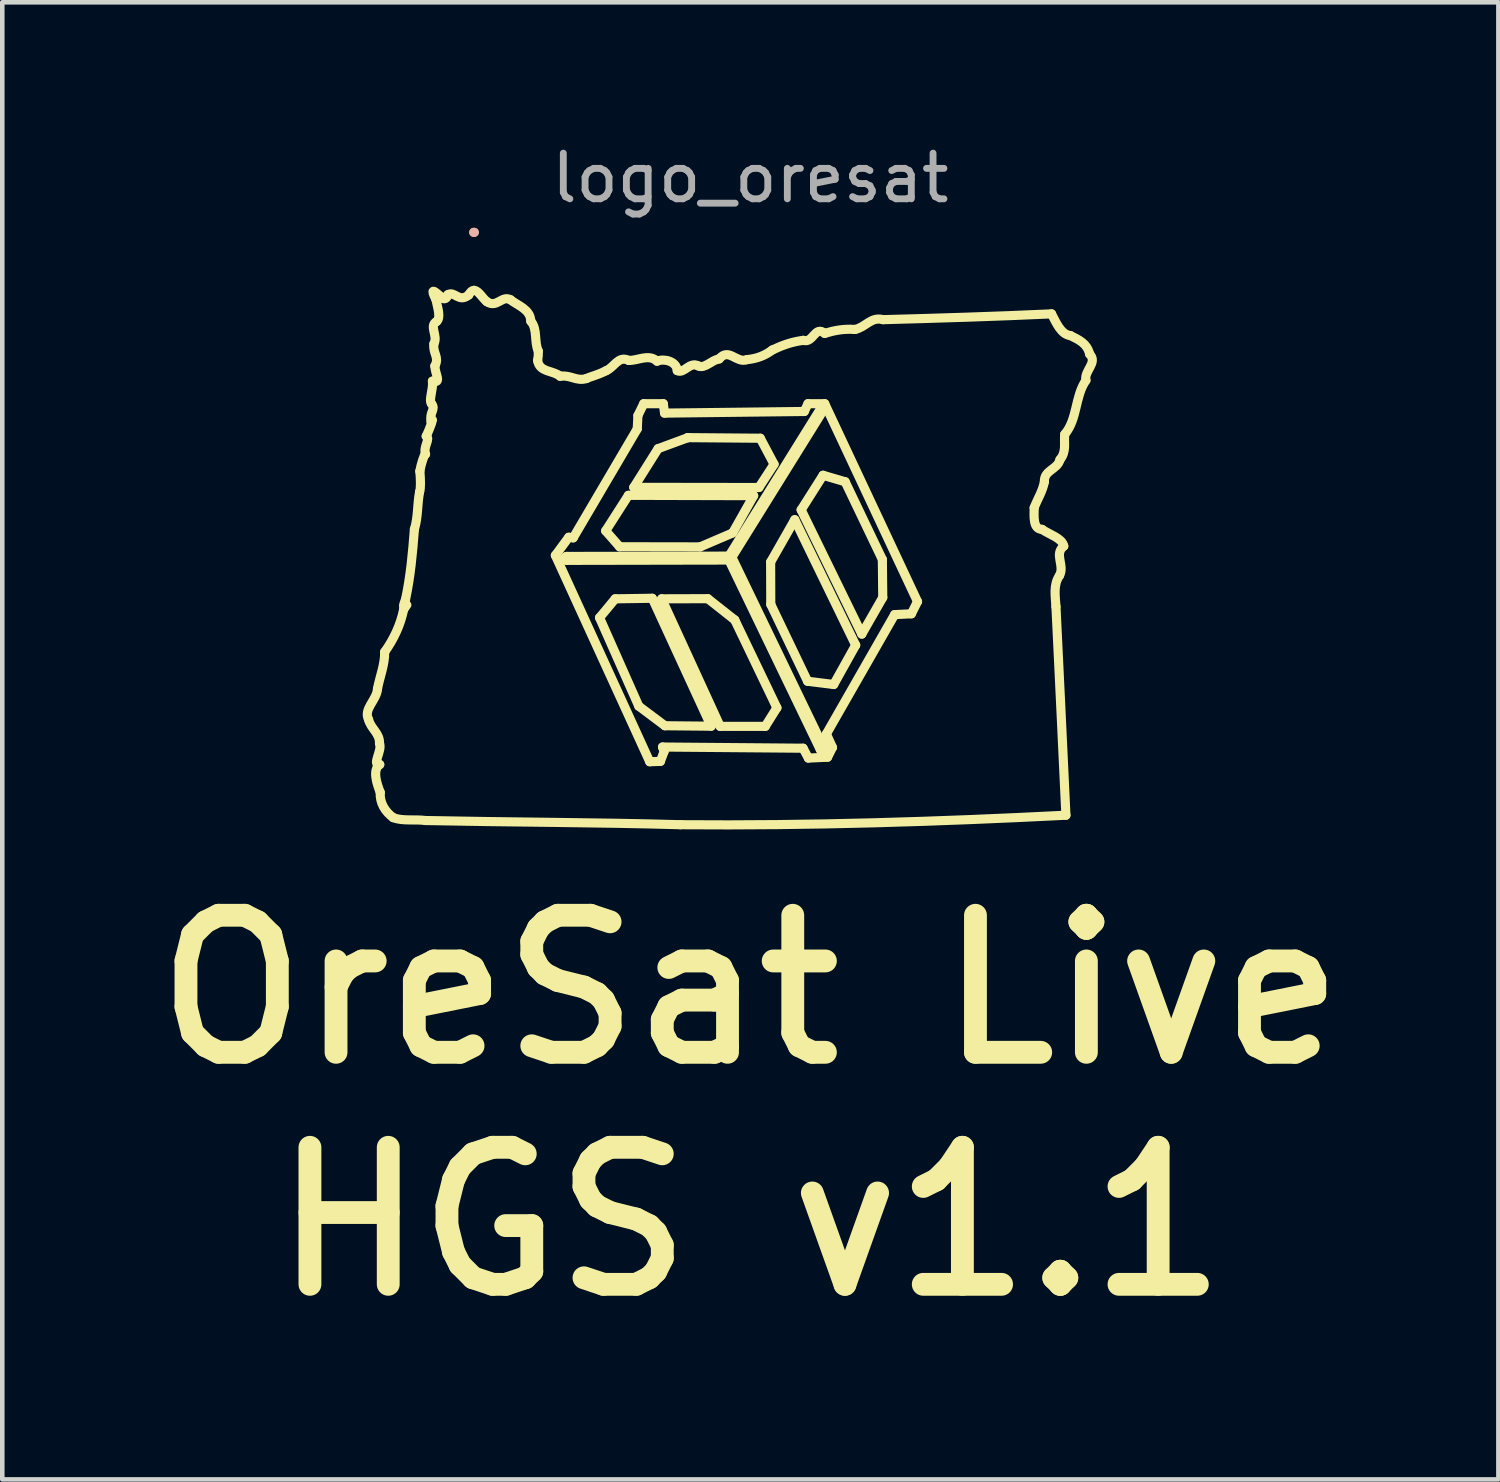
<source format=kicad_pcb>
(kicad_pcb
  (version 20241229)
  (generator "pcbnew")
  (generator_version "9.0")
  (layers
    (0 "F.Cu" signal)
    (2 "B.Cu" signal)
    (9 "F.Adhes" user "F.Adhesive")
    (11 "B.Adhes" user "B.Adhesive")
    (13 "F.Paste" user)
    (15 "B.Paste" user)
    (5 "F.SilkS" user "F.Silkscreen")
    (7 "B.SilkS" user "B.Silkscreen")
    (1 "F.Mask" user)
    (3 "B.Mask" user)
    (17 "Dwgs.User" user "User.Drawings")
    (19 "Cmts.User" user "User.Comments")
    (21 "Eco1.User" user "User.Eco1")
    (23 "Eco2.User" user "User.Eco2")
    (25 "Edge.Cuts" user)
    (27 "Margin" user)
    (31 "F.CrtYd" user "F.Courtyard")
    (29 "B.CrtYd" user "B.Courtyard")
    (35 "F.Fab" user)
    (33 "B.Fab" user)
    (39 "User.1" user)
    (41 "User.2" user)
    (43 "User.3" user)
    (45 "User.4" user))
  (footprint "logo_oresat"
    (layer "F.Cu")
    (at 13.379 3.388)
    (property "Reference" "logo_oresat" (at 0 -2.54 0) (layer "F.Fab") (effects (font (size 1 1) (thickness 0.15))))
    (attr through_hole)
    (fp_line (start -4.269 5.722) (end -3.976 5.325) (stroke (width 0.2) (type solid)) (layer "F.SilkS"))
    (fp_line (start -3.976 5.325) (end -3.879 5.338) (stroke (width 0.2) (type solid)) (layer "F.SilkS"))
    (fp_line (start -3.879 5.338) (end -2.476 2.952) (stroke (width 0.2) (type solid)) (layer "F.SilkS"))
    (fp_line (start -3.302 7.086) (end -2.443 9.023) (stroke (width 0.2) (type solid)) (layer "F.SilkS"))
    (fp_line (start -3.168 5.185) (end -2.863 5.533) (stroke (width 0.2) (type solid)) (layer "F.SilkS"))
    (fp_line (start -2.959 6.673) (end -3.302 7.086) (stroke (width 0.2) (type solid)) (layer "F.SilkS"))
    (fp_line (start -2.863 5.533) (end -1.101 5.536) (stroke (width 0.2) (type solid)) (layer "F.SilkS"))
    (fp_line (start -2.67 4.407) (end -3.168 5.185) (stroke (width 0.2) (type solid)) (layer "F.SilkS"))
    (fp_line (start -2.553 4.232) (end 0.187 4.236) (stroke (width 0.2) (type solid)) (layer "F.SilkS"))
    (fp_line (start -2.476 2.952) (end -2.462 2.66) (stroke (width 0.2) (type solid)) (layer "F.SilkS"))
    (fp_line (start -2.462 2.66) (end -2.335 2.401) (stroke (width 0.2) (type solid)) (layer "F.SilkS"))
    (fp_line (start -2.443 9.023) (end -1.871 9.452) (stroke (width 0.2) (type solid)) (layer "F.SilkS"))
    (fp_line (start -2.335 2.401) (end -1.906 2.401) (stroke (width 0.2) (type solid)) (layer "F.SilkS"))
    (fp_line (start -2.203 10.24) (end -4.269 5.722) (stroke (width 0.2) (type solid)) (layer "F.SilkS"))
    (fp_line (start -2.148 6.661) (end -2.959 6.673) (stroke (width 0.2) (type solid)) (layer "F.SilkS"))
    (fp_line (start -2.02 3.385) (end -2.553 4.232) (stroke (width 0.2) (type solid)) (layer "F.SilkS"))
    (fp_line (start -1.97 10.232) (end -2.203 10.24) (stroke (width 0.2) (type solid)) (layer "F.SilkS"))
    (fp_line (start -1.942 6.673) (end -0.661 9.466) (stroke (width 0.2) (type solid)) (layer "F.SilkS"))
    (fp_line (start -1.923 9.918) (end -1.889 10.016) (stroke (width 0.2) (type solid)) (layer "F.SilkS"))
    (fp_line (start -1.906 2.401) (end -1.879 2.607) (stroke (width 0.2) (type solid)) (layer "F.SilkS"))
    (fp_line (start -1.889 10.016) (end -1.97 10.232) (stroke (width 0.2) (type solid)) (layer "F.SilkS"))
    (fp_line (start -1.879 2.607) (end 1.181 2.571) (stroke (width 0.2) (type solid)) (layer "F.SilkS"))
    (fp_line (start -1.871 9.452) (end -0.859 9.462) (stroke (width 0.2) (type solid)) (layer "F.SilkS"))
    (fp_line (start -1.37 3.144) (end -1.37 3.145) (stroke (width 0.2) (type solid)) (layer "F.SilkS"))
    (fp_line (start -1.37 3.145) (end -2.02 3.385) (stroke (width 0.2) (type solid)) (layer "F.SilkS"))
    (fp_line (start -1.101 5.536) (end -0.389 5.231) (stroke (width 0.2) (type solid)) (layer "F.SilkS"))
    (fp_line (start -0.931 6.67) (end -1.942 6.673) (stroke (width 0.2) (type solid)) (layer "F.SilkS"))
    (fp_line (start -0.859 9.462) (end -2.148 6.661) (stroke (width 0.2) (type solid)) (layer "F.SilkS"))
    (fp_line (start -0.661 9.466) (end 0.326 9.466) (stroke (width 0.2) (type solid)) (layer "F.SilkS"))
    (fp_line (start -0.469 5.824) (end 1.531 9.974) (stroke (width 0.2) (type solid)) (layer "F.SilkS"))
    (fp_line (start -0.389 5.231) (end 0.072 4.415) (stroke (width 0.2) (type solid)) (layer "F.SilkS"))
    (fp_line (start -0.341 7.136) (end -0.931 6.67) (stroke (width 0.2) (type solid)) (layer "F.SilkS"))
    (fp_line (start 0.072 4.415) (end -2.67 4.407) (stroke (width 0.2) (type solid)) (layer "F.SilkS"))
    (fp_line (start 0.187 4.236) (end 0.519 3.726) (stroke (width 0.2) (type solid)) (layer "F.SilkS"))
    (fp_line (start 0.217 3.157) (end -1.37 3.144) (stroke (width 0.2) (type solid)) (layer "F.SilkS"))
    (fp_line (start 0.326 9.466) (end 0.581 9.059) (stroke (width 0.2) (type solid)) (layer "F.SilkS"))
    (fp_line (start 0.444 5.867) (end 0.447 6.795) (stroke (width 0.2) (type solid)) (layer "F.SilkS"))
    (fp_line (start 0.447 6.795) (end 1.253 8.478) (stroke (width 0.2) (type solid)) (layer "F.SilkS"))
    (fp_line (start 0.519 3.726) (end 0.217 3.157) (stroke (width 0.2) (type solid)) (layer "F.SilkS"))
    (fp_line (start 0.581 9.059) (end -0.341 7.136) (stroke (width 0.2) (type solid)) (layer "F.SilkS"))
    (fp_line (start 0.972 4.941) (end 0.444 5.867) (stroke (width 0.2) (type solid)) (layer "F.SilkS"))
    (fp_line (start 1.112 4.725) (end 2.44 7.445) (stroke (width 0.2) (type solid)) (layer "F.SilkS"))
    (fp_line (start 1.154 9.944) (end -1.923 9.918) (stroke (width 0.2) (type solid)) (layer "F.SilkS"))
    (fp_line (start 1.181 2.571) (end 1.261 2.401) (stroke (width 0.2) (type solid)) (layer "F.SilkS"))
    (fp_line (start 1.253 8.478) (end 1.825 8.549) (stroke (width 0.2) (type solid)) (layer "F.SilkS"))
    (fp_line (start 1.261 2.401) (end 1.628 2.401) (stroke (width 0.2) (type solid)) (layer "F.SilkS"))
    (fp_line (start 1.27 10.16) (end 1.154 9.944) (stroke (width 0.2) (type solid)) (layer "F.SilkS"))
    (fp_line (start 1.554 2.484) (end -0.469 5.738) (stroke (width 0.2) (type solid)) (layer "F.SilkS"))
    (fp_line (start 1.578 2.467) (end 1.578 2.467) (stroke (width 0.2) (type solid)) (layer "F.SilkS"))
    (fp_line (start 1.592 3.968) (end 1.112 4.725) (stroke (width 0.2) (type solid)) (layer "F.SilkS"))
    (fp_line (start 1.609 9.937) (end -0.405 5.763) (stroke (width 0.2) (type solid)) (layer "F.SilkS"))
    (fp_line (start 1.628 2.401) (end 3.66 6.733) (stroke (width 0.2) (type solid)) (layer "F.SilkS"))
    (fp_line (start 1.664 9.632) (end 1.798 9.927) (stroke (width 0.2) (type solid)) (layer "F.SilkS"))
    (fp_line (start 1.69 10.141) (end 1.27 10.16) (stroke (width 0.2) (type solid)) (layer "F.SilkS"))
    (fp_line (start 1.798 9.927) (end 1.69 10.141) (stroke (width 0.2) (type solid)) (layer "F.SilkS"))
    (fp_line (start 1.825 8.549) (end 2.306 7.687) (stroke (width 0.2) (type solid)) (layer "F.SilkS"))
    (fp_line (start 2.076 4.11) (end 1.592 3.968) (stroke (width 0.2) (type solid)) (layer "F.SilkS"))
    (fp_line (start 2.306 7.687) (end 0.972 4.941) (stroke (width 0.2) (type solid)) (layer "F.SilkS"))
    (fp_line (start 2.44 7.445) (end 2.899 6.644) (stroke (width 0.2) (type solid)) (layer "F.SilkS"))
    (fp_line (start 2.89 5.811) (end 2.076 4.11) (stroke (width 0.2) (type solid)) (layer "F.SilkS"))
    (fp_line (start 2.899 6.644) (end 2.89 5.811) (stroke (width 0.2) (type solid)) (layer "F.SilkS"))
    (fp_line (start 3.159 7.019) (end 1.664 9.632) (stroke (width 0.2) (type solid)) (layer "F.SilkS"))
    (fp_line (start 3.526 7.001) (end 3.159 7.019) (stroke (width 0.2) (type solid)) (layer "F.SilkS"))
    (fp_line (start 3.66 6.733) (end 3.526 7.001) (stroke (width 0.2) (type solid)) (layer "F.SilkS"))
    (fp_curve (pts (xy -8.359 9.318) (xy -8.31 9.518) (xy -8.108 9.618) (xy -8.12 9.841)) (stroke (width 0.2) (type solid)) (layer "F.SilkS"))
    (fp_curve (pts (xy -8.164 8.643) (xy -8.176 8.889) (xy -8.48 9.083) (xy -8.359 9.318)) (stroke (width 0.2) (type solid)) (layer "F.SilkS"))
    (fp_curve (pts (xy -8.12 9.841) (xy -8.052 9.985) (xy -8.302 10.33) (xy -8.115 10.301)) (stroke (width 0.2) (type solid)) (layer "F.SilkS"))
    (fp_curve (pts (xy -8.115 10.301) (xy -8.285 10.42) (xy -8.171 10.74) (xy -8.104 10.911)) (stroke (width 0.2) (type solid)) (layer "F.SilkS"))
    (fp_curve (pts (xy -8.104 10.911) (xy -8.117 11.142) (xy -8.001 11.329) (xy -7.82 11.464)) (stroke (width 0.2) (type solid)) (layer "F.SilkS"))
    (fp_curve (pts (xy -8.007 7.837) (xy -8 8.106) (xy -8.113 8.374) (xy -8.164 8.643)) (stroke (width 0.2) (type solid)) (layer "F.SilkS"))
    (fp_curve (pts (xy -7.82 11.464) (xy -7.614 11.545) (xy -7.342 11.495) (xy -7.112 11.527)) (stroke (width 0.2) (type solid)) (layer "F.SilkS"))
    (fp_curve (pts (xy -7.592 6.909) (xy -7.66 7.246) (xy -7.808 7.555) (xy -8.007 7.837)) (stroke (width 0.2) (type solid)) (layer "F.SilkS"))
    (fp_curve (pts (xy -7.551 6.692) (xy -7.704 7.062) (xy -7.385 6.628) (xy -7.592 6.909)) (stroke (width 0.2) (type solid)) (layer "F.SilkS"))
    (fp_curve (pts (xy -7.356 5.152) (xy -7.396 5.677) (xy -7.441 6.178) (xy -7.551 6.692)) (stroke (width 0.2) (type solid)) (layer "F.SilkS"))
    (fp_curve (pts (xy -7.242 4.329) (xy -7.295 4.612) (xy -7.273 4.879) (xy -7.356 5.152)) (stroke (width 0.2) (type solid)) (layer "F.SilkS"))
    (fp_curve (pts (xy -7.237 3.879) (xy -7.22 4.042) (xy -7.215 4.269) (xy -7.242 4.329)) (stroke (width 0.2) (type solid)) (layer "F.SilkS"))
    (fp_curve (pts (xy -7.112 3.505) (xy -7.134 3.485) (xy -7.213 3.733) (xy -7.237 3.879)) (stroke (width 0.2) (type solid)) (layer "F.SilkS"))
    (fp_curve (pts (xy -7.112 11.527) (xy -5.253 11.566) (xy -3.391 11.566) (xy -1.531 11.619)) (stroke (width 0.2) (type solid)) (layer "F.SilkS"))
    (fp_curve (pts (xy -7.097 3.113) (xy -6.996 3.169) (xy -7.169 3.339) (xy -7.112 3.505)) (stroke (width 0.2) (type solid)) (layer "F.SilkS"))
    (fp_curve (pts (xy -6.989 2.807) (xy -6.901 2.629) (xy -7.031 2.98) (xy -7.097 3.113)) (stroke (width 0.2) (type solid)) (layer "F.SilkS"))
    (fp_curve (pts (xy -6.978 2.406) (xy -6.881 2.53) (xy -7.036 2.581) (xy -6.989 2.807)) (stroke (width 0.2) (type solid)) (layer "F.SilkS"))
    (fp_curve (pts (xy -6.961 1.907) (xy -6.939 2.09) (xy -7.052 2.336) (xy -6.978 2.406)) (stroke (width 0.2) (type solid)) (layer "F.SilkS"))
    (fp_curve (pts (xy -6.928 1.087) (xy -6.96 1.302) (xy -6.801 1.379) (xy -6.908 1.576)) (stroke (width 0.2) (type solid)) (layer "F.SilkS"))
    (fp_curve (pts (xy -6.908 1.576) (xy -6.905 1.75) (xy -6.748 1.967) (xy -6.961 1.907)) (stroke (width 0.2) (type solid)) (layer "F.SilkS"))
    (fp_curve (pts (xy -6.884 0.119) (xy -6.846 0.311) (xy -6.771 0.519) (xy -6.87 0.601)) (stroke (width 0.2) (type solid)) (layer "F.SilkS"))
    (fp_curve (pts (xy -6.87 0.601) (xy -7.044 0.695) (xy -6.832 0.919) (xy -6.928 1.087)) (stroke (width 0.2) (type solid)) (layer "F.SilkS"))
    (fp_curve (pts (xy -6.789 0.05) (xy -6.939 -0.09) (xy -7.013 -0.128) (xy -6.884 0.119)) (stroke (width 0.2) (type solid)) (layer "F.SilkS"))
    (fp_curve (pts (xy -6.625 0.016) (xy -6.633 0.086) (xy -6.706 0.157) (xy -6.789 0.05)) (stroke (width 0.2) (type solid)) (layer "F.SilkS"))
    (fp_curve (pts (xy -6.167 0.02) (xy -6.384 0.2) (xy -6.476 -0.079) (xy -6.625 0.016)) (stroke (width 0.2) (type solid)) (layer "F.SilkS"))
    (fp_curve (pts (xy -6.056 -0.081) (xy -6.093 -0.079) (xy -6.129 -0.05) (xy -6.167 0.02)) (stroke (width 0.2) (type solid)) (layer "F.SilkS"))
    (fp_curve (pts (xy -5.77 0.166) (xy -5.861 0.095) (xy -5.949 -0.07) (xy -6.041 -0.081)) (stroke (width 0.2) (type solid)) (layer "F.SilkS"))
    (fp_curve (pts (xy -5.253 0.125) (xy -5.442 0.021) (xy -5.55 0.318) (xy -5.77 0.166)) (stroke (width 0.2) (type solid)) (layer "F.SilkS"))
    (fp_curve (pts (xy -4.808 0.592) (xy -4.816 0.332) (xy -5.09 0.256) (xy -5.253 0.125)) (stroke (width 0.2) (type solid)) (layer "F.SilkS"))
    (fp_curve (pts (xy -4.658 1.454) (xy -4.645 1.386) (xy -4.64 1.319) (xy -4.643 1.25)) (stroke (width 0.2) (type solid)) (layer "F.SilkS"))
    (fp_curve (pts (xy -4.643 1.25) (xy -4.739 1.043) (xy -4.653 0.769) (xy -4.808 0.592)) (stroke (width 0.2) (type solid)) (layer "F.SilkS"))
    (fp_curve (pts (xy -4.165 1.8) (xy -4.325 1.666) (xy -4.619 1.719) (xy -4.658 1.454)) (stroke (width 0.2) (type solid)) (layer "F.SilkS"))
    (fp_curve (pts (xy -4.067 5.788) (xy -4.067 5.812) (xy -4.048 5.831) (xy -4.024 5.831)) (stroke (width 0.2) (type solid)) (layer "F.SilkS"))
    (fp_curve (pts (xy -4.024 5.745) (xy -4.048 5.745) (xy -4.067 5.765) (xy -4.067 5.788)) (stroke (width 0.2) (type solid)) (layer "F.SilkS"))
    (fp_curve (pts (xy -4.024 5.831) (xy -3.978 5.831) (xy -0.52 5.824) (xy -0.469 5.824)) (stroke (width 0.2) (type solid)) (layer "F.SilkS"))
    (fp_curve (pts (xy -3.588 1.849) (xy -3.8 1.92) (xy -3.941 1.764) (xy -4.165 1.8)) (stroke (width 0.2) (type solid)) (layer "F.SilkS"))
    (fp_curve (pts (xy -3.16 1.679) (xy -3.349 1.778) (xy -3.527 1.815) (xy -3.588 1.849)) (stroke (width 0.2) (type solid)) (layer "F.SilkS"))
    (fp_curve (pts (xy -2.663 1.453) (xy -2.895 1.341) (xy -2.979 1.607) (xy -3.16 1.679)) (stroke (width 0.2) (type solid)) (layer "F.SilkS"))
    (fp_curve (pts (xy -2.043 1.47) (xy -2.227 1.303) (xy -2.457 1.46) (xy -2.663 1.453)) (stroke (width 0.2) (type solid)) (layer "F.SilkS"))
    (fp_curve (pts (xy -1.601 1.676) (xy -1.611 1.479) (xy -1.88 1.402) (xy -2.043 1.47)) (stroke (width 0.2) (type solid)) (layer "F.SilkS"))
    (fp_curve (pts (xy -1.531 11.619) (xy 1.284 11.643) (xy 4.098 11.554) (xy 6.909 11.411)) (stroke (width 0.2) (type solid)) (layer "F.SilkS"))
    (fp_curve (pts (xy -1.142 1.573) (xy -1.334 1.472) (xy -1.453 1.756) (xy -1.601 1.676)) (stroke (width 0.2) (type solid)) (layer "F.SilkS"))
    (fp_curve (pts (xy -0.683 1.421) (xy -0.851 1.443) (xy -0.996 1.644) (xy -1.142 1.573)) (stroke (width 0.2) (type solid)) (layer "F.SilkS"))
    (fp_curve (pts (xy -0.469 5.738) (xy -0.517 5.738) (xy -3.989 5.745) (xy -4.024 5.745)) (stroke (width 0.2) (type solid)) (layer "F.SilkS"))
    (fp_curve (pts (xy -0.405 5.763) (xy -0.405 5.763) (xy 1.612 2.52) (xy 1.612 2.52)) (stroke (width 0.2) (type solid)) (layer "F.SilkS"))
    (fp_curve (pts (xy -0.075 1.436) (xy -0.303 1.525) (xy -0.474 1.164) (xy -0.683 1.421)) (stroke (width 0.2) (type solid)) (layer "F.SilkS"))
    (fp_curve (pts (xy 0.481 1.225) (xy 0.318 1.348) (xy 0.14 1.416) (xy -0.075 1.436)) (stroke (width 0.2) (type solid)) (layer "F.SilkS"))
    (fp_curve (pts (xy 1.159 1.014) (xy 0.915 1.044) (xy 0.7 1.12) (xy 0.481 1.225)) (stroke (width 0.2) (type solid)) (layer "F.SilkS"))
    (fp_curve (pts (xy 1.531 9.974) (xy 1.538 9.988) (xy 1.551 9.997) (xy 1.567 9.999)) (stroke (width 0.2) (type solid)) (layer "F.SilkS"))
    (fp_curve (pts (xy 1.567 9.999) (xy 1.582 10) (xy 1.597 9.993) (xy 1.606 9.98)) (stroke (width 0.2) (type solid)) (layer "F.SilkS"))
    (fp_curve (pts (xy 1.575 2.468) (xy 1.566 2.47) (xy 1.559 2.476) (xy 1.554 2.484)) (stroke (width 0.2) (type solid)) (layer "F.SilkS"))
    (fp_curve (pts (xy 1.578 2.467) (xy 1.577 2.467) (xy 1.576 2.468) (xy 1.575 2.468)) (stroke (width 0.2) (type solid)) (layer "F.SilkS"))
    (fp_curve (pts (xy 1.581 2.467) (xy 1.58 2.466) (xy 1.579 2.466) (xy 1.578 2.467)) (stroke (width 0.2) (type solid)) (layer "F.SilkS"))
    (fp_curve (pts (xy 1.606 9.98) (xy 1.614 9.967) (xy 1.616 9.951) (xy 1.609 9.937)) (stroke (width 0.2) (type solid)) (layer "F.SilkS"))
    (fp_curve (pts (xy 1.612 2.52) (xy 1.619 2.509) (xy 1.62 2.495) (xy 1.613 2.483)) (stroke (width 0.2) (type solid)) (layer "F.SilkS"))
    (fp_curve (pts (xy 1.613 2.483) (xy 1.606 2.472) (xy 1.594 2.466) (xy 1.581 2.467)) (stroke (width 0.2) (type solid)) (layer "F.SilkS"))
    (fp_curve (pts (xy 1.628 0.861) (xy 1.41 0.683) (xy 1.38 1.082) (xy 1.159 1.014)) (stroke (width 0.2) (type solid)) (layer "F.SilkS"))
    (fp_curve (pts (xy 2.287 0.776) (xy 2.069 0.756) (xy 1.842 0.794) (xy 1.628 0.861)) (stroke (width 0.2) (type solid)) (layer "F.SilkS"))
    (fp_curve (pts (xy 2.904 0.561) (xy 2.64 0.489) (xy 2.526 0.729) (xy 2.287 0.776)) (stroke (width 0.2) (type solid)) (layer "F.SilkS"))
    (fp_curve (pts (xy 6.214 4.679) (xy 6.285 4.489) (xy 6.396 4.327) (xy 6.438 4.111)) (stroke (width 0.2) (type solid)) (layer "F.SilkS"))
    (fp_curve (pts (xy 6.384 5.152) (xy 6.183 5.148) (xy 6.212 4.861) (xy 6.214 4.679)) (stroke (width 0.2) (type solid)) (layer "F.SilkS"))
    (fp_curve (pts (xy 6.438 4.111) (xy 6.424 3.854) (xy 6.726 3.845) (xy 6.778 3.627)) (stroke (width 0.2) (type solid)) (layer "F.SilkS"))
    (fp_curve (pts (xy 6.594 0.434) (xy 5.364 0.491) (xy 4.134 0.528) (xy 2.904 0.561)) (stroke (width 0.2) (type solid)) (layer "F.SilkS"))
    (fp_curve (pts (xy 6.691 6.845) (xy 6.677 6.607) (xy 6.629 6.366) (xy 6.769 6.163)) (stroke (width 0.2) (type solid)) (layer "F.SilkS"))
    (fp_curve (pts (xy 6.769 6.163) (xy 6.889 5.936) (xy 6.642 5.696) (xy 6.862 5.519)) (stroke (width 0.2) (type solid)) (layer "F.SilkS"))
    (fp_curve (pts (xy 6.778 3.627) (xy 6.928 3.45) (xy 6.861 3.258) (xy 6.884 3.07)) (stroke (width 0.2) (type solid)) (layer "F.SilkS"))
    (fp_curve (pts (xy 6.862 5.519) (xy 6.834 5.347) (xy 6.533 5.258) (xy 6.384 5.152)) (stroke (width 0.2) (type solid)) (layer "F.SilkS"))
    (fp_curve (pts (xy 6.884 3.07) (xy 7.166 2.733) (xy 7.102 2.248) (xy 7.347 1.889)) (stroke (width 0.2) (type solid)) (layer "F.SilkS"))
    (fp_curve (pts (xy 6.909 11.411) (xy 6.836 9.889) (xy 6.767 8.367) (xy 6.691 6.845)) (stroke (width 0.2) (type solid)) (layer "F.SilkS"))
    (fp_curve (pts (xy 7.006 0.909) (xy 6.799 0.884) (xy 6.696 0.625) (xy 6.594 0.434)) (stroke (width 0.2) (type solid)) (layer "F.SilkS"))
    (fp_curve (pts (xy 7.347 1.889) (xy 7.302 1.677) (xy 7.614 1.503) (xy 7.428 1.314)) (stroke (width 0.2) (type solid)) (layer "F.SilkS"))
    (fp_curve (pts (xy 7.428 1.314) (xy 7.373 1.081) (xy 7.196 1.003) (xy 7.006 0.909)) (stroke (width 0.2) (type solid)) (layer "F.SilkS"))
    (fp_line (start -6.056 -1.351) (end -6.056 -1.351) (stroke (width 0.2) (type solid)) (layer "B.SilkS"))
    (fp_curve (pts (xy -6.041 -1.351) (xy -6.046 -1.352) (xy -6.051 -1.352) (xy -6.056 -1.351)) (stroke (width 0.2) (type solid)) (layer "B.SilkS"))
    (fp_text user "HGS v1.1" (at 0 20.32 180) (layer "F.SilkS") (effects (font (size 3 3) (thickness 0.5))))
    (fp_text user "OreSat Live" (at 0 15.24 180) (layer "F.SilkS") (effects (font (size 3 3) (thickness 0.5)))))
  (gr_rect
    (start -3 -3)
    (end 29.757 29.341)
    (stroke (width 0.1) (type default))
    (fill no)
    (layer "Edge.Cuts")))
</source>
